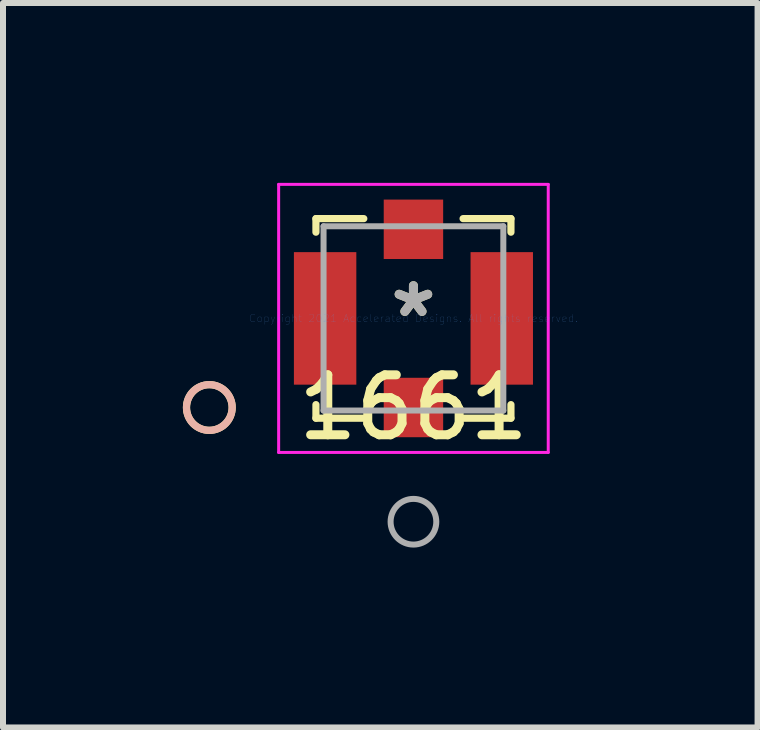
<source format=kicad_pcb>
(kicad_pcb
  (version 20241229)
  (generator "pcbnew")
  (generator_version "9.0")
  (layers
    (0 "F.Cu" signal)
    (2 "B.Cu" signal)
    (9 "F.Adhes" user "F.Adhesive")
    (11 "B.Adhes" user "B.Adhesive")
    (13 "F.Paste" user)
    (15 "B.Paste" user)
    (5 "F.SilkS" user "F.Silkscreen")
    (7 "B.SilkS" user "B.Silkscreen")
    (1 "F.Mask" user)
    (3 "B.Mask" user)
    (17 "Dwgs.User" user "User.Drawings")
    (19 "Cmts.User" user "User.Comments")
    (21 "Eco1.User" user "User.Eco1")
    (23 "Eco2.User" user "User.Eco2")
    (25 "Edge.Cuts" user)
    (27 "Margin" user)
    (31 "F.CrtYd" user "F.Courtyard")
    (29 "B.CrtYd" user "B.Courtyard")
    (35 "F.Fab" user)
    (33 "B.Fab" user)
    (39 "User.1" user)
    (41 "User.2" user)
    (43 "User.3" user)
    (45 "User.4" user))
  (footprint "1661"
    (layer "F.Cu")
    (at 3.845 2.26)
    (property "Reference" "1661" (at 0 1.486 0) (layer "F.SilkS") (effects (font (size 1 1) (thickness 0.15))))
    (attr through_hole)
    (fp_line (start -1.626 -1.664) (end -1.626 -1.438) (stroke (width 0.12) (type solid)) (layer "F.SilkS"))
    (fp_line (start -1.626 1.438) (end -1.626 1.664) (stroke (width 0.12) (type solid)) (layer "F.SilkS"))
    (fp_line (start -1.626 1.664) (end -0.828 1.664) (stroke (width 0.12) (type solid)) (layer "F.SilkS"))
    (fp_line (start -0.828 -1.664) (end -1.626 -1.664) (stroke (width 0.12) (type solid)) (layer "F.SilkS"))
    (fp_line (start 0.828 1.664) (end 1.626 1.664) (stroke (width 0.12) (type solid)) (layer "F.SilkS"))
    (fp_line (start 1.626 -1.664) (end 0.828 -1.664) (stroke (width 0.12) (type solid)) (layer "F.SilkS"))
    (fp_line (start 1.626 -1.438) (end 1.626 -1.664) (stroke (width 0.12) (type solid)) (layer "F.SilkS"))
    (fp_line (start 1.626 1.664) (end 1.626 1.438) (stroke (width 0.12) (type solid)) (layer "F.SilkS"))
    (fp_circle (center -3.404 1.486) (end -3.023 1.486) (stroke (width 0.12) (type solid)) (fill no) (layer "F.SilkS"))
    (fp_circle (center -3.404 1.486) (end -3.023 1.486) (stroke (width 0.12) (type solid)) (fill no) (layer "B.SilkS"))
    (fp_line (start -2.248 -2.235) (end -2.248 2.235) (stroke (width 0.05) (type solid)) (layer "F.CrtYd"))
    (fp_line (start -2.248 2.235) (end 2.248 2.235) (stroke (width 0.05) (type solid)) (layer "F.CrtYd"))
    (fp_line (start 2.248 -2.235) (end -2.248 -2.235) (stroke (width 0.05) (type solid)) (layer "F.CrtYd"))
    (fp_line (start 2.248 2.235) (end 2.248 -2.235) (stroke (width 0.05) (type solid)) (layer "F.CrtYd"))
    (fp_line (start -1.499 -1.537) (end -1.499 1.537) (stroke (width 0.1) (type solid)) (layer "F.Fab"))
    (fp_line (start -1.499 1.537) (end 1.499 1.537) (stroke (width 0.1) (type solid)) (layer "F.Fab"))
    (fp_line (start 1.499 -1.537) (end -1.499 -1.537) (stroke (width 0.1) (type solid)) (layer "F.Fab"))
    (fp_line (start 1.499 1.537) (end 1.499 -1.537) (stroke (width 0.1) (type solid)) (layer "F.Fab"))
    (fp_circle (center 0 3.391) (end 0.381 3.391) (stroke (width 0.1) (type solid)) (fill no) (layer "F.Fab"))
    (fp_text user "*" (at 0 0 0) (layer "F.SilkS") (effects (font (size 1 1) (thickness 0.15))))
    (fp_text user "Copyright 2021 Accelerated Designs. All rights reserved." (at 0 0 0) (layer "Cmts.User") (effects (font (size 0.127 0.127) (thickness 0.002))))
    (fp_text user "*" (at 0 0 0) (layer "F.Fab") (effects (font (size 1 1) (thickness 0.15))))
    (pad "1" smd rect (at 0 1.486) (size 0.991 0.991) (layers "F.Cu" "F.Mask" "F.Paste"))
    (pad "2" smd rect (at -1.473 0) (size 1.041 2.21) (layers "F.Cu" "F.Mask" "F.Paste"))
    (pad "3" smd rect (at 1.473 0) (size 1.041 2.21) (layers "F.Cu" "F.Mask" "F.Paste"))
    (pad "4" smd rect (at 0 -1.486) (size 0.991 0.991) (layers "F.Cu" "F.Mask" "F.Paste")))
  (gr_rect
    (start -3 -3)
    (end 9.584 9.082)
    (stroke (width 0.1) (type default))
    (fill no)
    (layer "Edge.Cuts")))
</source>
